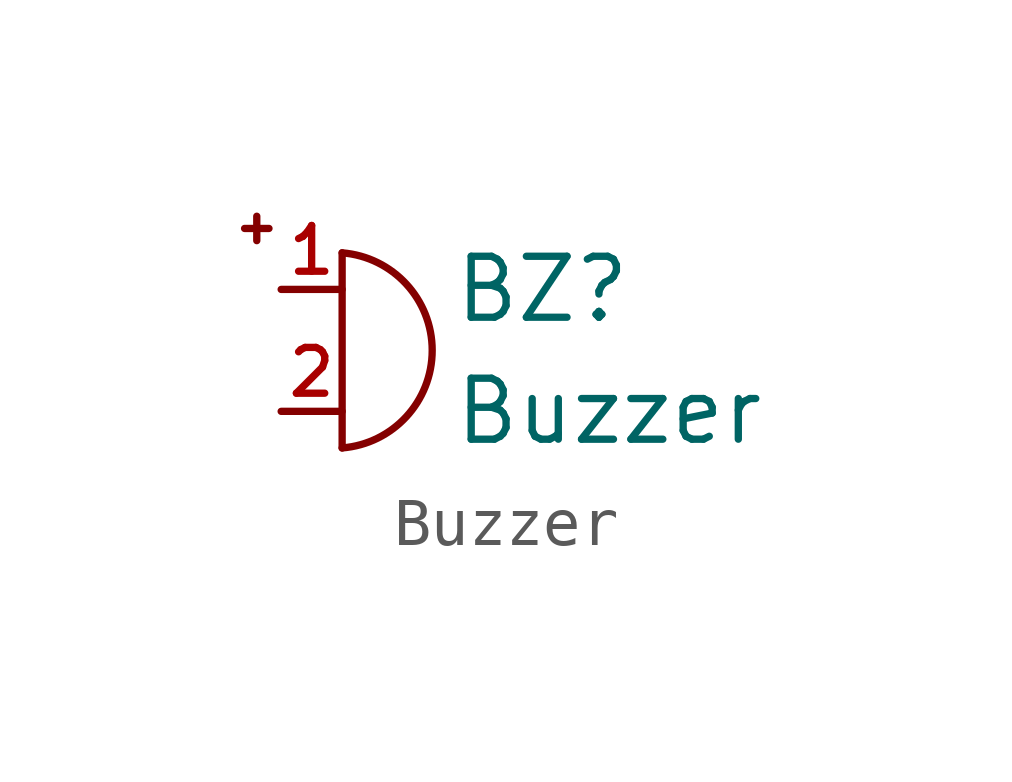
<source format=kicad_sym>
(kicad_symbol_lib
  (version 20220914)
  (generator kicad_symbol_editor)
  (symbol "Buzzer"
    (pin_names
      (offset 0.025) hide)
    (property "Reference" "BZ"
      (at 2.286 1.27 0)
      (effects (font (size 1.27 1.27)) (justify left)))
    (property "Value" "Buzzer"
      (at 2.286 -1.27 0)
      (effects (font (size 1.27 1.27)) (justify left)))
    (symbol "Buzzer_0_1"
      (arc (start 0 -2.032) (mid 1.8758 0) (end 0 2.032) (stroke (width 0) (type default)) (fill (type none)))
      (polyline (pts (xy -2.032 2.54) (xy -1.524 2.54)) (stroke (width 0) (type default)) (fill (type none)))
      (polyline (pts (xy -1.778 2.794) (xy -1.778 2.286)) (stroke (width 0) (type default)) (fill (type none)))
      (polyline (pts (xy 0 2.032) (xy 0 -2.032)) (stroke (width 0) (type default)) (fill (type none))))
    (symbol "Buzzer_1_1"
      (pin passive line (at -1.27 1.27 0) (length 1.27) (name "-" (effects (font (size 1.27 1.27)))) (number "1" (effects (font (size 0.953 0.953)))))
      (pin passive line (at -1.27 -1.27 0) (length 1.27) (name "+" (effects (font (size 1.27 1.27)))) (number "2" (effects (font (size 0.953 0.953))))))))
</source>
